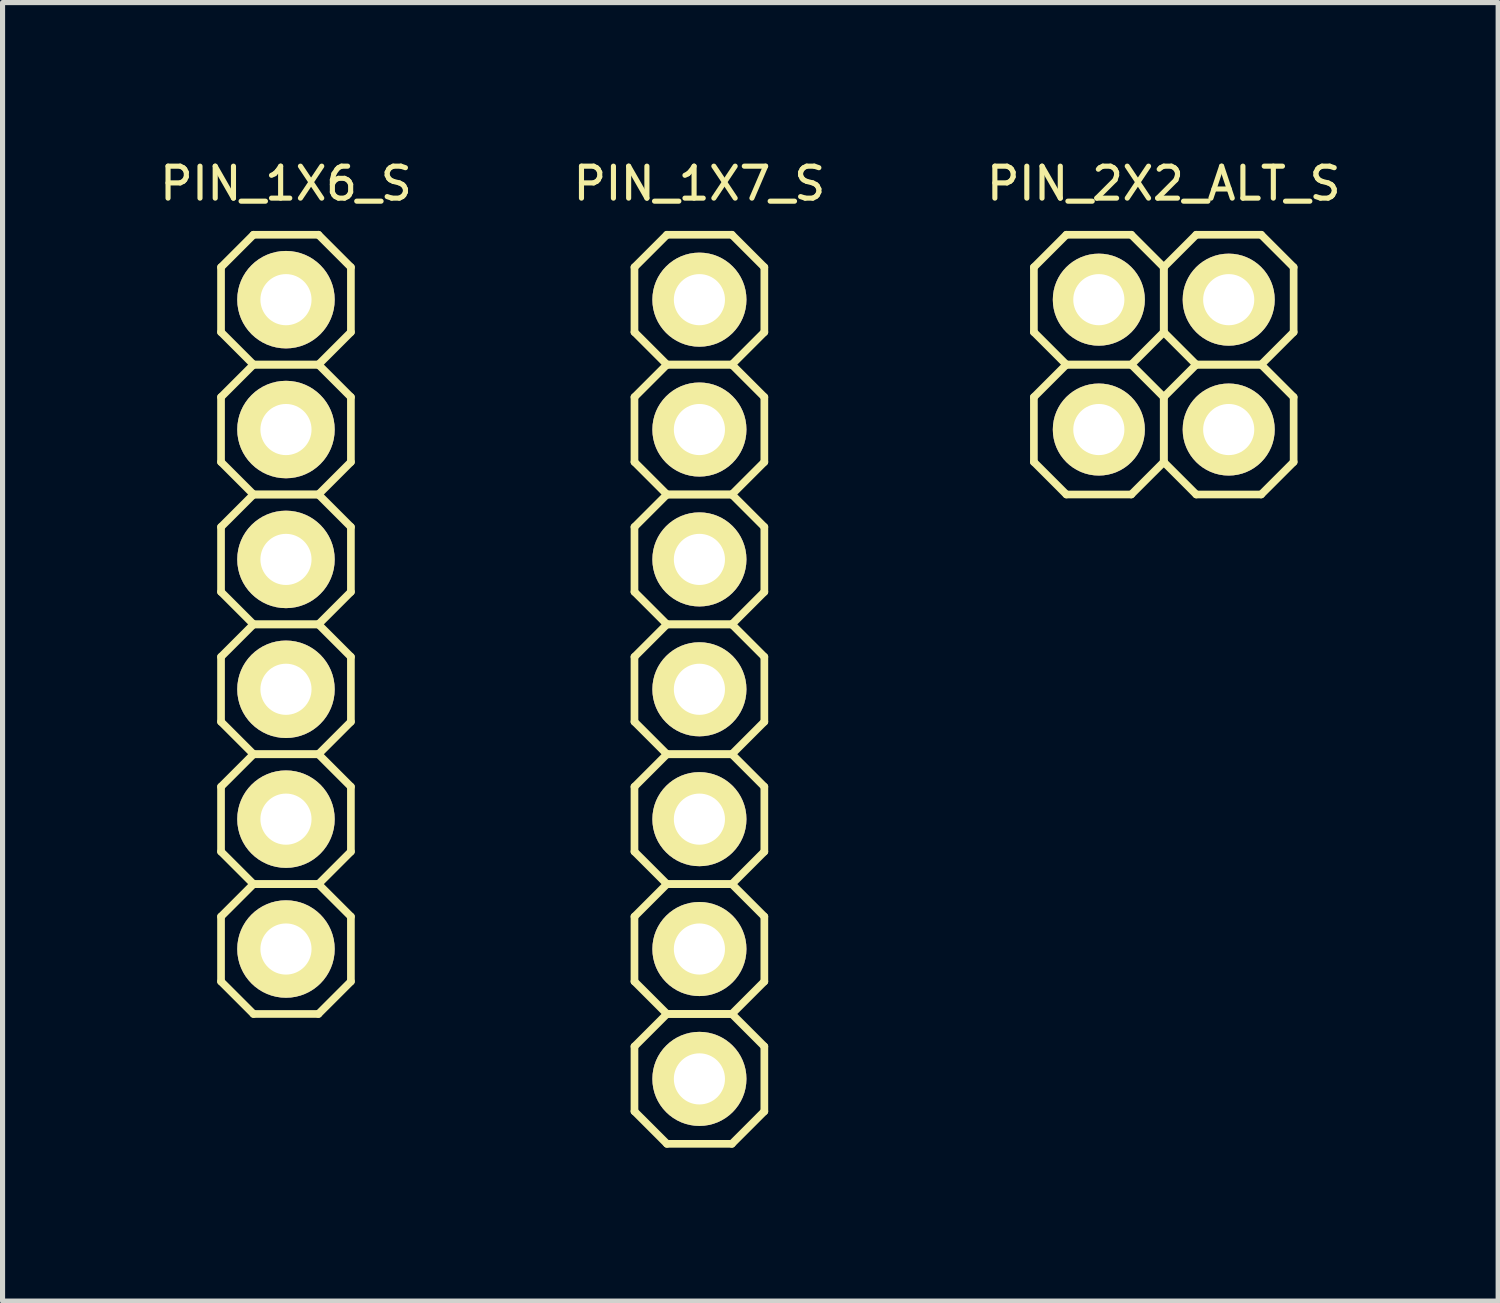
<source format=kicad_pcb>
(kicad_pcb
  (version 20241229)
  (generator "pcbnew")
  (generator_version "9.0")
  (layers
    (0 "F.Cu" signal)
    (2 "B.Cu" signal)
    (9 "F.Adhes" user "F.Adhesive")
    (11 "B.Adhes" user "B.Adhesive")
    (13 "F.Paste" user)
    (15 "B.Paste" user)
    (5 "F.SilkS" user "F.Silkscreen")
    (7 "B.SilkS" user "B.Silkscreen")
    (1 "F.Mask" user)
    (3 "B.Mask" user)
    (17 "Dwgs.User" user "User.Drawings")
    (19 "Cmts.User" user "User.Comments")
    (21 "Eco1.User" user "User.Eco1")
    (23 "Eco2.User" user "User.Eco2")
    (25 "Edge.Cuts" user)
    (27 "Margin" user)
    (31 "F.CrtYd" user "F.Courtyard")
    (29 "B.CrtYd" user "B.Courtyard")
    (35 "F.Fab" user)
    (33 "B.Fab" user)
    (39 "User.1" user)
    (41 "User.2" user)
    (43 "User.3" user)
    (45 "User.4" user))
  (footprint "PIN_2X2_ALT_S"
    (layer "F.Cu")
    (at 19.711 4.081)
    (property "Reference" "PIN_2X2_ALT_S" (at 0 -3.54 0) (layer "F.SilkS") (effects (font (size 0.625 0.625) (thickness 0.1))))
    (attr through_hole)
    (fp_line (start -2.54 -1.905) (end -2.54 -0.635) (stroke (width 0.15) (type solid)) (layer "F.SilkS"))
    (fp_line (start -2.54 -0.635) (end -1.905 0) (stroke (width 0.15) (type solid)) (layer "F.SilkS"))
    (fp_line (start -2.54 0.635) (end -2.54 1.905) (stroke (width 0.15) (type solid)) (layer "F.SilkS"))
    (fp_line (start -2.54 1.905) (end -1.905 2.54) (stroke (width 0.15) (type solid)) (layer "F.SilkS"))
    (fp_line (start -1.905 -2.54) (end -2.54 -1.905) (stroke (width 0.15) (type solid)) (layer "F.SilkS"))
    (fp_line (start -1.905 0) (end -2.54 0.635) (stroke (width 0.15) (type solid)) (layer "F.SilkS"))
    (fp_line (start -1.905 0) (end -0.635 0) (stroke (width 0.15) (type solid)) (layer "F.SilkS"))
    (fp_line (start -1.905 2.54) (end -0.635 2.54) (stroke (width 0.15) (type solid)) (layer "F.SilkS"))
    (fp_line (start -0.635 -2.54) (end -1.905 -2.54) (stroke (width 0.15) (type solid)) (layer "F.SilkS"))
    (fp_line (start -0.635 0) (end -1.905 0) (stroke (width 0.15) (type solid)) (layer "F.SilkS"))
    (fp_line (start -0.635 0) (end 0 -0.635) (stroke (width 0.15) (type solid)) (layer "F.SilkS"))
    (fp_line (start -0.635 2.54) (end 0 1.905) (stroke (width 0.15) (type solid)) (layer "F.SilkS"))
    (fp_line (start 0 -1.905) (end -0.635 -2.54) (stroke (width 0.15) (type solid)) (layer "F.SilkS"))
    (fp_line (start 0 -1.905) (end 0.635 -2.54) (stroke (width 0.15) (type solid)) (layer "F.SilkS"))
    (fp_line (start 0 -0.635) (end 0 -1.905) (stroke (width 0.15) (type solid)) (layer "F.SilkS"))
    (fp_line (start 0 -0.635) (end 0 -1.905) (stroke (width 0.15) (type solid)) (layer "F.SilkS"))
    (fp_line (start 0 0.635) (end -0.635 0) (stroke (width 0.15) (type solid)) (layer "F.SilkS"))
    (fp_line (start 0 0.635) (end 0.635 0) (stroke (width 0.15) (type solid)) (layer "F.SilkS"))
    (fp_line (start 0 1.905) (end 0 0.635) (stroke (width 0.15) (type solid)) (layer "F.SilkS"))
    (fp_line (start 0 1.905) (end 0 0.635) (stroke (width 0.15) (type solid)) (layer "F.SilkS"))
    (fp_line (start 0.635 -2.54) (end 1.905 -2.54) (stroke (width 0.15) (type solid)) (layer "F.SilkS"))
    (fp_line (start 0.635 0) (end 0 -0.635) (stroke (width 0.15) (type solid)) (layer "F.SilkS"))
    (fp_line (start 0.635 0) (end 1.905 0) (stroke (width 0.15) (type solid)) (layer "F.SilkS"))
    (fp_line (start 0.635 2.54) (end 0 1.905) (stroke (width 0.15) (type solid)) (layer "F.SilkS"))
    (fp_line (start 1.905 -2.54) (end 2.54 -1.905) (stroke (width 0.15) (type solid)) (layer "F.SilkS"))
    (fp_line (start 1.905 0) (end 0.635 0) (stroke (width 0.15) (type solid)) (layer "F.SilkS"))
    (fp_line (start 1.905 0) (end 2.54 0.635) (stroke (width 0.15) (type solid)) (layer "F.SilkS"))
    (fp_line (start 1.905 2.54) (end 0.635 2.54) (stroke (width 0.15) (type solid)) (layer "F.SilkS"))
    (fp_line (start 2.54 -1.905) (end 2.54 -0.635) (stroke (width 0.15) (type solid)) (layer "F.SilkS"))
    (fp_line (start 2.54 -0.635) (end 1.905 0) (stroke (width 0.15) (type solid)) (layer "F.SilkS"))
    (fp_line (start 2.54 0.635) (end 2.54 1.905) (stroke (width 0.15) (type solid)) (layer "F.SilkS"))
    (fp_line (start 2.54 1.905) (end 1.905 2.54) (stroke (width 0.15) (type solid)) (layer "F.SilkS"))
    (pad "1" thru_hole circle (at -1.27 -1.27 180) (size 1.8 1.8) (drill 1) (layers "*.Cu" "*.Mask" "F.SilkS"))
    (pad "2" thru_hole circle (at 1.27 -1.27) (size 1.8 1.8) (drill 1) (layers "*.Cu" "*.Mask" "F.SilkS"))
    (pad "3" thru_hole circle (at -1.27 1.27 180) (size 1.8 1.8) (drill 1) (layers "*.Cu" "*.Mask" "F.SilkS"))
    (pad "4" thru_hole circle (at 1.27 1.27) (size 1.8 1.8) (drill 1) (layers "*.Cu" "*.Mask" "F.SilkS")))
  (footprint "PIN_1X7_S"
    (layer "F.Cu")
    (at 10.629 10.431)
    (property "Reference" "PIN_1X7_S" (at 0 -9.89 0) (layer "F.SilkS") (effects (font (size 0.625 0.625) (thickness 0.1))))
    (attr through_hole)
    (fp_line (start -1.27 -8.255) (end -1.27 -6.985) (stroke (width 0.15) (type solid)) (layer "F.SilkS"))
    (fp_line (start -1.27 -6.985) (end -0.635 -6.35) (stroke (width 0.15) (type solid)) (layer "F.SilkS"))
    (fp_line (start -1.27 -5.715) (end -1.27 -4.445) (stroke (width 0.15) (type solid)) (layer "F.SilkS"))
    (fp_line (start -1.27 -4.445) (end -0.635 -3.81) (stroke (width 0.15) (type solid)) (layer "F.SilkS"))
    (fp_line (start -1.27 -3.175) (end -1.27 -1.905) (stroke (width 0.15) (type solid)) (layer "F.SilkS"))
    (fp_line (start -1.27 -1.905) (end -0.635 -1.27) (stroke (width 0.15) (type solid)) (layer "F.SilkS"))
    (fp_line (start -1.27 -0.635) (end -1.27 0.635) (stroke (width 0.15) (type solid)) (layer "F.SilkS"))
    (fp_line (start -1.27 0.635) (end -0.635 1.27) (stroke (width 0.15) (type solid)) (layer "F.SilkS"))
    (fp_line (start -1.27 1.905) (end -1.27 3.175) (stroke (width 0.15) (type solid)) (layer "F.SilkS"))
    (fp_line (start -1.27 3.175) (end -0.635 3.81) (stroke (width 0.15) (type solid)) (layer "F.SilkS"))
    (fp_line (start -1.27 4.445) (end -1.27 5.715) (stroke (width 0.15) (type solid)) (layer "F.SilkS"))
    (fp_line (start -1.27 5.715) (end -0.635 6.35) (stroke (width 0.15) (type solid)) (layer "F.SilkS"))
    (fp_line (start -1.27 6.985) (end -1.27 8.255) (stroke (width 0.15) (type solid)) (layer "F.SilkS"))
    (fp_line (start -1.27 8.255) (end -0.635 8.89) (stroke (width 0.15) (type solid)) (layer "F.SilkS"))
    (fp_line (start -0.635 -8.89) (end -1.27 -8.255) (stroke (width 0.15) (type solid)) (layer "F.SilkS"))
    (fp_line (start -0.635 -6.35) (end -1.27 -5.715) (stroke (width 0.15) (type solid)) (layer "F.SilkS"))
    (fp_line (start -0.635 -6.35) (end 0.635 -6.35) (stroke (width 0.15) (type solid)) (layer "F.SilkS"))
    (fp_line (start -0.635 -3.81) (end -1.27 -3.175) (stroke (width 0.15) (type solid)) (layer "F.SilkS"))
    (fp_line (start -0.635 -3.81) (end 0.635 -3.81) (stroke (width 0.15) (type solid)) (layer "F.SilkS"))
    (fp_line (start -0.635 -1.27) (end -1.27 -0.635) (stroke (width 0.15) (type solid)) (layer "F.SilkS"))
    (fp_line (start -0.635 -1.27) (end 0.635 -1.27) (stroke (width 0.15) (type solid)) (layer "F.SilkS"))
    (fp_line (start -0.635 1.27) (end -1.27 1.905) (stroke (width 0.15) (type solid)) (layer "F.SilkS"))
    (fp_line (start -0.635 1.27) (end 0.635 1.27) (stroke (width 0.15) (type solid)) (layer "F.SilkS"))
    (fp_line (start -0.635 3.81) (end -1.27 4.445) (stroke (width 0.15) (type solid)) (layer "F.SilkS"))
    (fp_line (start -0.635 3.81) (end 0.635 3.81) (stroke (width 0.15) (type solid)) (layer "F.SilkS"))
    (fp_line (start -0.635 6.35) (end -1.27 6.985) (stroke (width 0.15) (type solid)) (layer "F.SilkS"))
    (fp_line (start -0.635 6.35) (end 0.635 6.35) (stroke (width 0.15) (type solid)) (layer "F.SilkS"))
    (fp_line (start -0.635 8.89) (end 0.635 8.89) (stroke (width 0.15) (type solid)) (layer "F.SilkS"))
    (fp_line (start 0.635 -8.89) (end -0.635 -8.89) (stroke (width 0.15) (type solid)) (layer "F.SilkS"))
    (fp_line (start 0.635 -6.35) (end -0.635 -6.35) (stroke (width 0.15) (type solid)) (layer "F.SilkS"))
    (fp_line (start 0.635 -6.35) (end 1.27 -6.985) (stroke (width 0.15) (type solid)) (layer "F.SilkS"))
    (fp_line (start 0.635 -3.81) (end -0.635 -3.81) (stroke (width 0.15) (type solid)) (layer "F.SilkS"))
    (fp_line (start 0.635 -3.81) (end 1.27 -4.445) (stroke (width 0.15) (type solid)) (layer "F.SilkS"))
    (fp_line (start 0.635 -1.27) (end -0.635 -1.27) (stroke (width 0.15) (type solid)) (layer "F.SilkS"))
    (fp_line (start 0.635 -1.27) (end 1.27 -1.905) (stroke (width 0.15) (type solid)) (layer "F.SilkS"))
    (fp_line (start 0.635 1.27) (end -0.635 1.27) (stroke (width 0.15) (type solid)) (layer "F.SilkS"))
    (fp_line (start 0.635 1.27) (end 1.27 0.635) (stroke (width 0.15) (type solid)) (layer "F.SilkS"))
    (fp_line (start 0.635 3.81) (end -0.635 3.81) (stroke (width 0.15) (type solid)) (layer "F.SilkS"))
    (fp_line (start 0.635 3.81) (end 1.27 3.175) (stroke (width 0.15) (type solid)) (layer "F.SilkS"))
    (fp_line (start 0.635 6.35) (end -0.635 6.35) (stroke (width 0.15) (type solid)) (layer "F.SilkS"))
    (fp_line (start 0.635 6.35) (end 1.27 5.715) (stroke (width 0.15) (type solid)) (layer "F.SilkS"))
    (fp_line (start 0.635 8.89) (end 1.27 8.255) (stroke (width 0.15) (type solid)) (layer "F.SilkS"))
    (fp_line (start 1.27 -8.255) (end 0.635 -8.89) (stroke (width 0.15) (type solid)) (layer "F.SilkS"))
    (fp_line (start 1.27 -6.985) (end 1.27 -8.255) (stroke (width 0.15) (type solid)) (layer "F.SilkS"))
    (fp_line (start 1.27 -5.715) (end 0.635 -6.35) (stroke (width 0.15) (type solid)) (layer "F.SilkS"))
    (fp_line (start 1.27 -4.445) (end 1.27 -5.715) (stroke (width 0.15) (type solid)) (layer "F.SilkS"))
    (fp_line (start 1.27 -3.175) (end 0.635 -3.81) (stroke (width 0.15) (type solid)) (layer "F.SilkS"))
    (fp_line (start 1.27 -1.905) (end 1.27 -3.175) (stroke (width 0.15) (type solid)) (layer "F.SilkS"))
    (fp_line (start 1.27 -0.635) (end 0.635 -1.27) (stroke (width 0.15) (type solid)) (layer "F.SilkS"))
    (fp_line (start 1.27 0.635) (end 1.27 -0.635) (stroke (width 0.15) (type solid)) (layer "F.SilkS"))
    (fp_line (start 1.27 1.905) (end 0.635 1.27) (stroke (width 0.15) (type solid)) (layer "F.SilkS"))
    (fp_line (start 1.27 3.175) (end 1.27 1.905) (stroke (width 0.15) (type solid)) (layer "F.SilkS"))
    (fp_line (start 1.27 4.445) (end 0.635 3.81) (stroke (width 0.15) (type solid)) (layer "F.SilkS"))
    (fp_line (start 1.27 5.715) (end 1.27 4.445) (stroke (width 0.15) (type solid)) (layer "F.SilkS"))
    (fp_line (start 1.27 6.985) (end 0.635 6.35) (stroke (width 0.15) (type solid)) (layer "F.SilkS"))
    (fp_line (start 1.27 8.255) (end 1.27 6.985) (stroke (width 0.15) (type solid)) (layer "F.SilkS"))
    (pad "1" thru_hole circle (at 0 -7.62) (size 1.84 1.84) (drill 1) (layers "*.Cu" "*.Mask" "F.SilkS"))
    (pad "2" thru_hole circle (at 0 -5.08) (size 1.84 1.84) (drill 1) (layers "*.Cu" "*.Mask" "F.SilkS"))
    (pad "3" thru_hole circle (at 0 -2.54) (size 1.84 1.84) (drill 1) (layers "*.Cu" "*.Mask" "F.SilkS"))
    (pad "4" thru_hole circle (at 0 0) (size 1.84 1.84) (drill 1) (layers "*.Cu" "*.Mask" "F.SilkS"))
    (pad "5" thru_hole circle (at 0 2.54) (size 1.84 1.84) (drill 1) (layers "*.Cu" "*.Mask" "F.SilkS"))
    (pad "6" thru_hole circle (at 0 5.08) (size 1.84 1.84) (drill 1) (layers "*.Cu" "*.Mask" "F.SilkS"))
    (pad "7" thru_hole circle (at 0 7.62) (size 1.84 1.84) (drill 1) (layers "*.Cu" "*.Mask" "F.SilkS")))
  (footprint "PIN_1X6_S"
    (layer "F.Cu")
    (at 2.543 9.161)
    (property "Reference" "PIN_1X6_S" (at 0 -8.62 0) (layer "F.SilkS") (effects (font (size 0.625 0.625) (thickness 0.1))))
    (attr through_hole)
    (fp_line (start -1.27 -6.985) (end -1.27 -5.715) (stroke (width 0.15) (type solid)) (layer "F.SilkS"))
    (fp_line (start -1.27 -5.715) (end -0.635 -5.08) (stroke (width 0.15) (type solid)) (layer "F.SilkS"))
    (fp_line (start -1.27 -4.445) (end -1.27 -3.175) (stroke (width 0.15) (type solid)) (layer "F.SilkS"))
    (fp_line (start -1.27 -3.175) (end -0.635 -2.54) (stroke (width 0.15) (type solid)) (layer "F.SilkS"))
    (fp_line (start -1.27 -1.905) (end -1.27 -0.635) (stroke (width 0.15) (type solid)) (layer "F.SilkS"))
    (fp_line (start -1.27 -0.635) (end -0.635 0) (stroke (width 0.15) (type solid)) (layer "F.SilkS"))
    (fp_line (start -1.27 0.635) (end -1.27 1.905) (stroke (width 0.15) (type solid)) (layer "F.SilkS"))
    (fp_line (start -1.27 1.905) (end -0.635 2.54) (stroke (width 0.15) (type solid)) (layer "F.SilkS"))
    (fp_line (start -1.27 3.175) (end -1.27 4.445) (stroke (width 0.15) (type solid)) (layer "F.SilkS"))
    (fp_line (start -1.27 4.445) (end -0.635 5.08) (stroke (width 0.15) (type solid)) (layer "F.SilkS"))
    (fp_line (start -1.27 5.715) (end -1.27 6.985) (stroke (width 0.15) (type solid)) (layer "F.SilkS"))
    (fp_line (start -1.27 6.985) (end -0.635 7.62) (stroke (width 0.15) (type solid)) (layer "F.SilkS"))
    (fp_line (start -0.635 -7.62) (end -1.27 -6.985) (stroke (width 0.15) (type solid)) (layer "F.SilkS"))
    (fp_line (start -0.635 -5.08) (end -1.27 -4.445) (stroke (width 0.15) (type solid)) (layer "F.SilkS"))
    (fp_line (start -0.635 -5.08) (end 0.635 -5.08) (stroke (width 0.15) (type solid)) (layer "F.SilkS"))
    (fp_line (start -0.635 -2.54) (end -1.27 -1.905) (stroke (width 0.15) (type solid)) (layer "F.SilkS"))
    (fp_line (start -0.635 -2.54) (end 0.635 -2.54) (stroke (width 0.15) (type solid)) (layer "F.SilkS"))
    (fp_line (start -0.635 0) (end -1.27 0.635) (stroke (width 0.15) (type solid)) (layer "F.SilkS"))
    (fp_line (start -0.635 0) (end 0.635 0) (stroke (width 0.15) (type solid)) (layer "F.SilkS"))
    (fp_line (start -0.635 2.54) (end -1.27 3.175) (stroke (width 0.15) (type solid)) (layer "F.SilkS"))
    (fp_line (start -0.635 2.54) (end 0.635 2.54) (stroke (width 0.15) (type solid)) (layer "F.SilkS"))
    (fp_line (start -0.635 5.08) (end -1.27 5.715) (stroke (width 0.15) (type solid)) (layer "F.SilkS"))
    (fp_line (start -0.635 5.08) (end 0.635 5.08) (stroke (width 0.15) (type solid)) (layer "F.SilkS"))
    (fp_line (start -0.635 7.62) (end 0.635 7.62) (stroke (width 0.15) (type solid)) (layer "F.SilkS"))
    (fp_line (start 0.635 -7.62) (end -0.635 -7.62) (stroke (width 0.15) (type solid)) (layer "F.SilkS"))
    (fp_line (start 0.635 -5.08) (end -0.635 -5.08) (stroke (width 0.15) (type solid)) (layer "F.SilkS"))
    (fp_line (start 0.635 -5.08) (end 1.27 -5.715) (stroke (width 0.15) (type solid)) (layer "F.SilkS"))
    (fp_line (start 0.635 -2.54) (end -0.635 -2.54) (stroke (width 0.15) (type solid)) (layer "F.SilkS"))
    (fp_line (start 0.635 -2.54) (end 1.27 -3.175) (stroke (width 0.15) (type solid)) (layer "F.SilkS"))
    (fp_line (start 0.635 0) (end -0.635 0) (stroke (width 0.15) (type solid)) (layer "F.SilkS"))
    (fp_line (start 0.635 0) (end 1.27 -0.635) (stroke (width 0.15) (type solid)) (layer "F.SilkS"))
    (fp_line (start 0.635 2.54) (end -0.635 2.54) (stroke (width 0.15) (type solid)) (layer "F.SilkS"))
    (fp_line (start 0.635 2.54) (end 1.27 1.905) (stroke (width 0.15) (type solid)) (layer "F.SilkS"))
    (fp_line (start 0.635 5.08) (end -0.635 5.08) (stroke (width 0.15) (type solid)) (layer "F.SilkS"))
    (fp_line (start 0.635 5.08) (end 1.27 4.445) (stroke (width 0.15) (type solid)) (layer "F.SilkS"))
    (fp_line (start 0.635 7.62) (end 1.27 6.985) (stroke (width 0.15) (type solid)) (layer "F.SilkS"))
    (fp_line (start 1.27 -6.985) (end 0.635 -7.62) (stroke (width 0.15) (type solid)) (layer "F.SilkS"))
    (fp_line (start 1.27 -5.715) (end 1.27 -6.985) (stroke (width 0.15) (type solid)) (layer "F.SilkS"))
    (fp_line (start 1.27 -4.445) (end 0.635 -5.08) (stroke (width 0.15) (type solid)) (layer "F.SilkS"))
    (fp_line (start 1.27 -3.175) (end 1.27 -4.445) (stroke (width 0.15) (type solid)) (layer "F.SilkS"))
    (fp_line (start 1.27 -1.905) (end 0.635 -2.54) (stroke (width 0.15) (type solid)) (layer "F.SilkS"))
    (fp_line (start 1.27 -0.635) (end 1.27 -1.905) (stroke (width 0.15) (type solid)) (layer "F.SilkS"))
    (fp_line (start 1.27 0.635) (end 0.635 0) (stroke (width 0.15) (type solid)) (layer "F.SilkS"))
    (fp_line (start 1.27 1.905) (end 1.27 0.635) (stroke (width 0.15) (type solid)) (layer "F.SilkS"))
    (fp_line (start 1.27 3.175) (end 0.635 2.54) (stroke (width 0.15) (type solid)) (layer "F.SilkS"))
    (fp_line (start 1.27 4.445) (end 1.27 3.175) (stroke (width 0.15) (type solid)) (layer "F.SilkS"))
    (fp_line (start 1.27 5.715) (end 0.635 5.08) (stroke (width 0.15) (type solid)) (layer "F.SilkS"))
    (fp_line (start 1.27 6.985) (end 1.27 5.715) (stroke (width 0.15) (type solid)) (layer "F.SilkS"))
    (pad "1" thru_hole circle (at 0 -6.35) (size 1.906 1.906) (drill 1) (layers "*.Cu" "*.Mask" "F.SilkS"))
    (pad "2" thru_hole circle (at 0 -3.81) (size 1.906 1.906) (drill 1) (layers "*.Cu" "*.Mask" "F.SilkS"))
    (pad "3" thru_hole circle (at 0 -1.27) (size 1.906 1.906) (drill 1) (layers "*.Cu" "*.Mask" "F.SilkS"))
    (pad "4" thru_hole circle (at 0 1.27) (size 1.906 1.906) (drill 1) (layers "*.Cu" "*.Mask" "F.SilkS"))
    (pad "5" thru_hole circle (at 0 3.81) (size 1.906 1.906) (drill 1) (layers "*.Cu" "*.Mask" "F.SilkS"))
    (pad "6" thru_hole circle (at 0 6.35) (size 1.906 1.906) (drill 1) (layers "*.Cu" "*.Mask" "F.SilkS")))
  (gr_rect
    (start -3 -3)
    (end 26.251 22.396)
    (stroke (width 0.1) (type default))
    (fill no)
    (layer "Edge.Cuts")))
</source>
